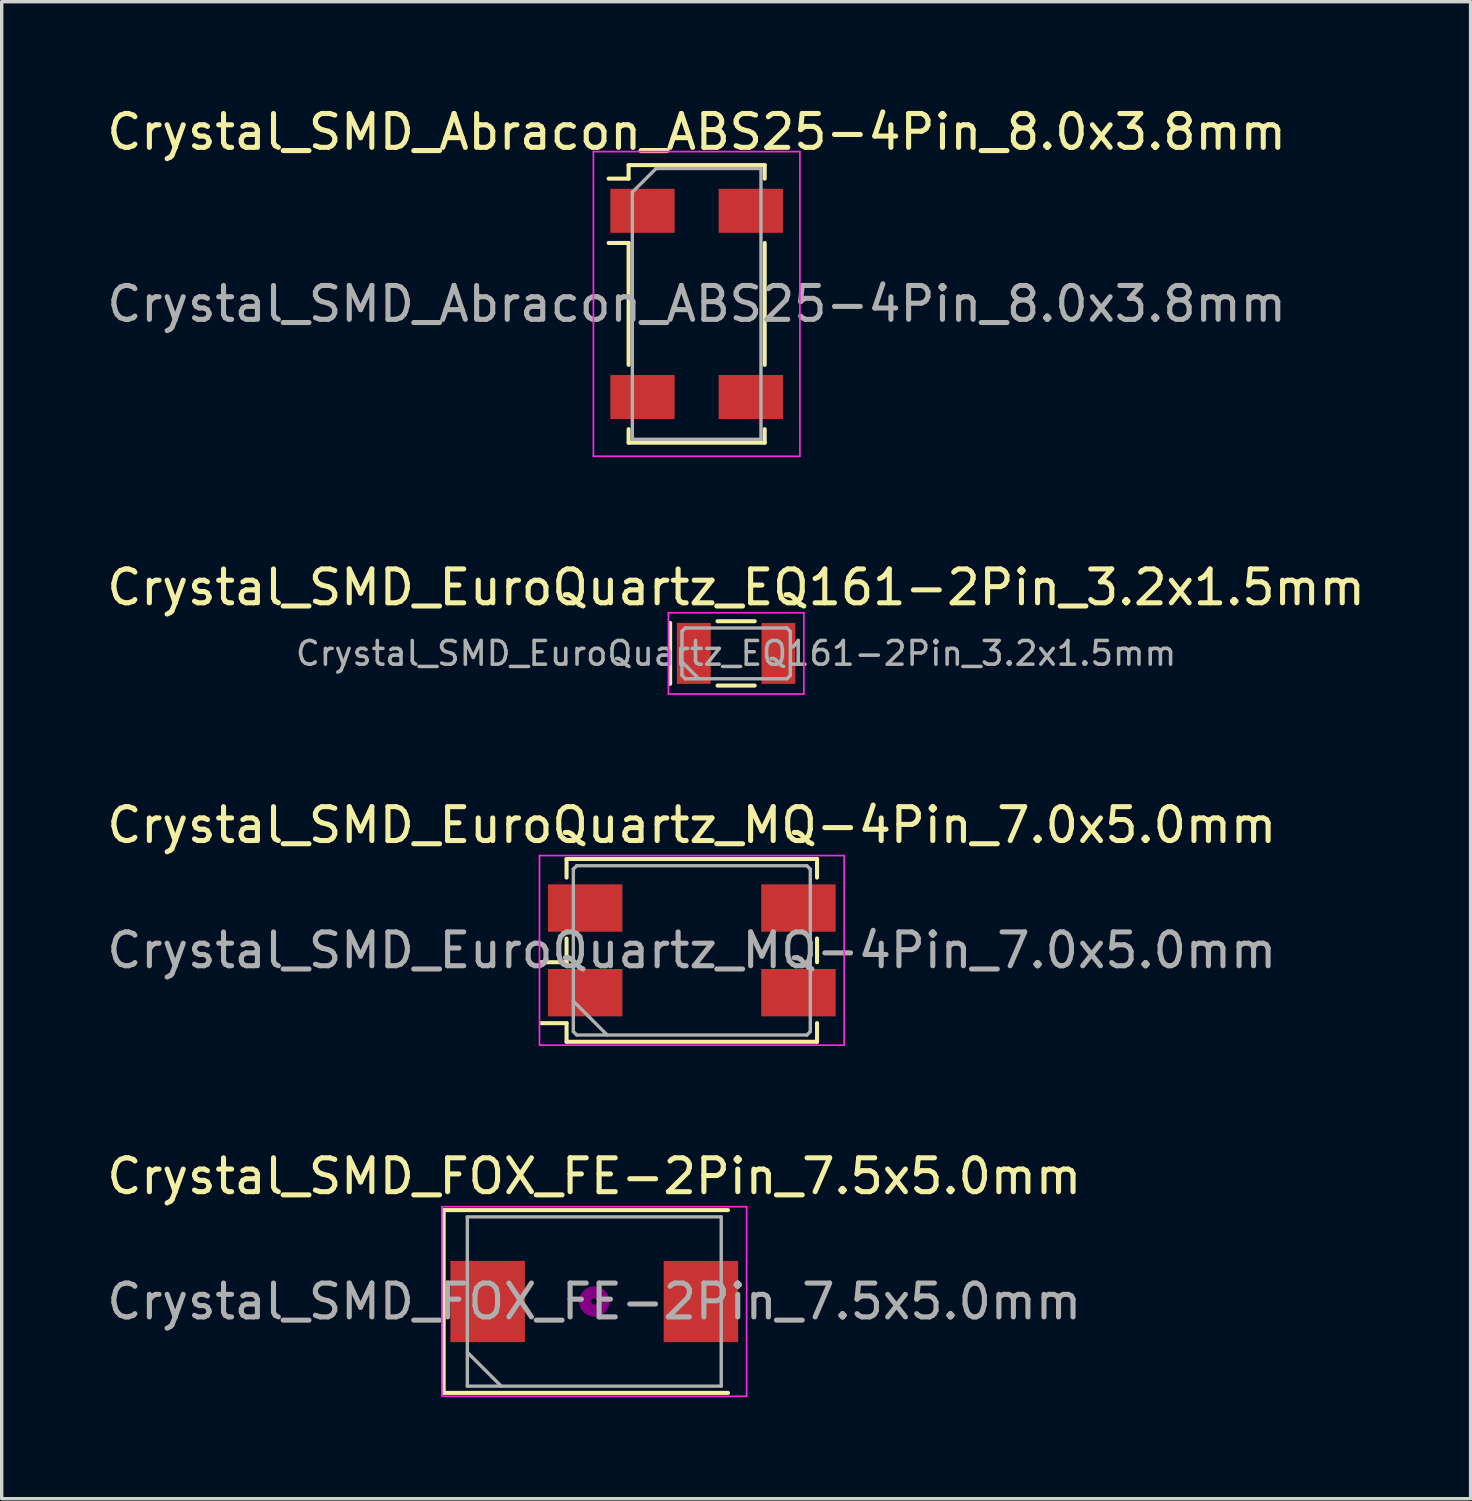
<source format=kicad_pcb>
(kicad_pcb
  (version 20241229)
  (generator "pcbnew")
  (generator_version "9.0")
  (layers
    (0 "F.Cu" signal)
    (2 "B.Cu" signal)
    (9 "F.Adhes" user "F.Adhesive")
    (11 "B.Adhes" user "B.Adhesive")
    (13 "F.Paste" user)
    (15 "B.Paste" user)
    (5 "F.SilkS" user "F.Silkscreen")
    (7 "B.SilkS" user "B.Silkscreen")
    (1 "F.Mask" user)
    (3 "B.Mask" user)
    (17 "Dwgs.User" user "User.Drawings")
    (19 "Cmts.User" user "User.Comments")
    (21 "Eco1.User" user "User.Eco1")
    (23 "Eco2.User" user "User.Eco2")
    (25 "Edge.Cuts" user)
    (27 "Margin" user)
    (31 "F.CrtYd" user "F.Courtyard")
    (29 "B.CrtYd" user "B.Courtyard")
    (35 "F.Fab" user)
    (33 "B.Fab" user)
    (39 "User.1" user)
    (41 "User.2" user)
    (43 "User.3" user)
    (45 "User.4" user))
  (footprint "Crystal_SMD_EuroQuartz_MQ-4Pin_7.0x5.0mm"
    (layer "F.Cu")
    (at 17.387 25.025)
    (property "Reference" "Crystal_SMD_EuroQuartz_MQ-4Pin_7.0x5.0mm" (at 0 -3.7 0) (layer "F.SilkS") (effects (font (size 1 1) (thickness 0.15))))
    (attr smd)
    (fp_line (start -4.45 0.35) (end -3.7 0.35) (stroke (width 0.12) (type solid)) (layer "F.SilkS"))
    (fp_line (start -4.45 2.15) (end -3.7 2.15) (stroke (width 0.12) (type solid)) (layer "F.SilkS"))
    (fp_line (start -3.7 -2.7) (end 3.7 -2.7) (stroke (width 0.12) (type solid)) (layer "F.SilkS"))
    (fp_line (start -3.7 -2.15) (end -3.7 -2.7) (stroke (width 0.12) (type solid)) (layer "F.SilkS"))
    (fp_line (start -3.7 0.35) (end -3.7 -0.35) (stroke (width 0.12) (type solid)) (layer "F.SilkS"))
    (fp_line (start -3.7 2.15) (end -3.7 2.7) (stroke (width 0.12) (type solid)) (layer "F.SilkS"))
    (fp_line (start -3.7 2.7) (end 3.7 2.7) (stroke (width 0.12) (type solid)) (layer "F.SilkS"))
    (fp_line (start 3.7 -2.7) (end 3.7 -2.15) (stroke (width 0.12) (type solid)) (layer "F.SilkS"))
    (fp_line (start 3.7 -0.35) (end 3.7 0.35) (stroke (width 0.12) (type solid)) (layer "F.SilkS"))
    (fp_line (start 3.7 2.7) (end 3.7 2.15) (stroke (width 0.12) (type solid)) (layer "F.SilkS"))
    (fp_line (start -4.5 -2.8) (end -4.5 2.8) (stroke (width 0.05) (type solid)) (layer "F.CrtYd"))
    (fp_line (start -4.5 2.8) (end 4.5 2.8) (stroke (width 0.05) (type solid)) (layer "F.CrtYd"))
    (fp_line (start 4.5 -2.8) (end -4.5 -2.8) (stroke (width 0.05) (type solid)) (layer "F.CrtYd"))
    (fp_line (start 4.5 2.8) (end 4.5 -2.8) (stroke (width 0.05) (type solid)) (layer "F.CrtYd"))
    (fp_line (start -3.5 -2.4) (end -3.4 -2.5) (stroke (width 0.1) (type solid)) (layer "F.Fab"))
    (fp_line (start -3.5 1.5) (end -2.5 2.5) (stroke (width 0.1) (type solid)) (layer "F.Fab"))
    (fp_line (start -3.5 2.4) (end -3.5 -2.4) (stroke (width 0.1) (type solid)) (layer "F.Fab"))
    (fp_line (start -3.4 -2.5) (end 3.4 -2.5) (stroke (width 0.1) (type solid)) (layer "F.Fab"))
    (fp_line (start -3.4 2.5) (end -3.5 2.4) (stroke (width 0.1) (type solid)) (layer "F.Fab"))
    (fp_line (start 3.4 -2.5) (end 3.5 -2.4) (stroke (width 0.1) (type solid)) (layer "F.Fab"))
    (fp_line (start 3.4 2.5) (end -3.4 2.5) (stroke (width 0.1) (type solid)) (layer "F.Fab"))
    (fp_line (start 3.5 -2.4) (end 3.5 2.4) (stroke (width 0.1) (type solid)) (layer "F.Fab"))
    (fp_line (start 3.5 2.4) (end 3.4 2.5) (stroke (width 0.1) (type solid)) (layer "F.Fab"))
    (fp_text user "${REFERENCE}" (at 0 0 0) (layer "F.Fab") (effects (font (size 1 1) (thickness 0.15))))
    (pad "1" smd rect (at -3.15 1.25) (size 2.2 1.4) (layers "F.Cu" "F.Mask" "F.Paste"))
    (pad "2" smd rect (at 3.15 1.25) (size 2.2 1.4) (layers "F.Cu" "F.Mask" "F.Paste"))
    (pad "3" smd rect (at 3.15 -1.25) (size 2.2 1.4) (layers "F.Cu" "F.Mask" "F.Paste"))
    (pad "4" smd rect (at -3.15 -1.25) (size 2.2 1.4) (layers "F.Cu" "F.Mask" "F.Paste")))
  (footprint "Crystal_SMD_EuroQuartz_EQ161-2Pin_3.2x1.5mm"
    (layer "F.Cu")
    (at 18.696 16.252)
    (property "Reference" "Crystal_SMD_EuroQuartz_EQ161-2Pin_3.2x1.5mm" (at 0 -1.95 0) (layer "F.SilkS") (effects (font (size 1 1) (thickness 0.15))))
    (attr smd)
    (fp_line (start -1.95 -0.9) (end -1.95 0.9) (stroke (width 0.12) (type solid)) (layer "F.SilkS"))
    (fp_line (start -0.55 -0.95) (end 0.55 -0.95) (stroke (width 0.12) (type solid)) (layer "F.SilkS"))
    (fp_line (start -0.55 0.95) (end 0.55 0.95) (stroke (width 0.12) (type solid)) (layer "F.SilkS"))
    (fp_line (start -2 -1.2) (end -2 1.2) (stroke (width 0.05) (type solid)) (layer "F.CrtYd"))
    (fp_line (start -2 1.2) (end 2 1.2) (stroke (width 0.05) (type solid)) (layer "F.CrtYd"))
    (fp_line (start 2 -1.2) (end -2 -1.2) (stroke (width 0.05) (type solid)) (layer "F.CrtYd"))
    (fp_line (start 2 1.2) (end 2 -1.2) (stroke (width 0.05) (type solid)) (layer "F.CrtYd"))
    (fp_line (start -1.6 -0.65) (end -1.5 -0.75) (stroke (width 0.1) (type solid)) (layer "F.Fab"))
    (fp_line (start -1.6 0.25) (end -1.1 0.75) (stroke (width 0.1) (type solid)) (layer "F.Fab"))
    (fp_line (start -1.6 0.65) (end -1.6 -0.65) (stroke (width 0.1) (type solid)) (layer "F.Fab"))
    (fp_line (start -1.5 -0.75) (end 1.5 -0.75) (stroke (width 0.1) (type solid)) (layer "F.Fab"))
    (fp_line (start -1.5 0.75) (end -1.6 0.65) (stroke (width 0.1) (type solid)) (layer "F.Fab"))
    (fp_line (start 1.5 -0.75) (end 1.6 -0.65) (stroke (width 0.1) (type solid)) (layer "F.Fab"))
    (fp_line (start 1.5 0.75) (end -1.5 0.75) (stroke (width 0.1) (type solid)) (layer "F.Fab"))
    (fp_line (start 1.6 -0.65) (end 1.6 0.65) (stroke (width 0.1) (type solid)) (layer "F.Fab"))
    (fp_line (start 1.6 0.65) (end 1.5 0.75) (stroke (width 0.1) (type solid)) (layer "F.Fab"))
    (fp_text user "${REFERENCE}" (at 0 0 0) (layer "F.Fab") (effects (font (size 0.7 0.7) (thickness 0.105))))
    (pad "1" smd rect (at -1.25 0) (size 1 1.8) (layers "F.Cu" "F.Mask" "F.Paste"))
    (pad "2" smd rect (at 1.25 0) (size 1 1.8) (layers "F.Cu" "F.Mask" "F.Paste")))
  (footprint "Crystal_SMD_FOX_FE-2Pin_7.5x5.0mm"
    (layer "F.Cu")
    (at 14.506 35.398)
    (property "Reference" "Crystal_SMD_FOX_FE-2Pin_7.5x5.0mm" (at 0 -3.7 0) (layer "F.SilkS") (effects (font (size 1 1) (thickness 0.15))))
    (attr smd)
    (fp_line (start -4.45 -2.7) (end -4.45 2.7) (stroke (width 0.12) (type solid)) (layer "F.SilkS"))
    (fp_line (start -4.45 2.7) (end 3.95 2.7) (stroke (width 0.12) (type solid)) (layer "F.SilkS"))
    (fp_line (start 3.95 -2.7) (end -4.45 -2.7) (stroke (width 0.12) (type solid)) (layer "F.SilkS"))
    (fp_circle (center 0 0) (end 0.093 0) (stroke (width 0.187) (type solid)) (fill no) (layer "F.Adhes"))
    (fp_circle (center 0 0) (end 0.213 0) (stroke (width 0.133) (type solid)) (fill no) (layer "F.Adhes"))
    (fp_circle (center 0 0) (end 0.333 0) (stroke (width 0.133) (type solid)) (fill no) (layer "F.Adhes"))
    (fp_circle (center 0 0) (end 0.4 0) (stroke (width 0.1) (type solid)) (fill no) (layer "F.Adhes"))
    (fp_line (start -4.5 -2.8) (end -4.5 2.8) (stroke (width 0.05) (type solid)) (layer "F.CrtYd"))
    (fp_line (start -4.5 2.8) (end 4.5 2.8) (stroke (width 0.05) (type solid)) (layer "F.CrtYd"))
    (fp_line (start 4.5 -2.8) (end -4.5 -2.8) (stroke (width 0.05) (type solid)) (layer "F.CrtYd"))
    (fp_line (start 4.5 2.8) (end 4.5 -2.8) (stroke (width 0.05) (type solid)) (layer "F.CrtYd"))
    (fp_line (start -3.75 -2.5) (end -3.75 2.5) (stroke (width 0.1) (type solid)) (layer "F.Fab"))
    (fp_line (start -3.75 1.5) (end -2.75 2.5) (stroke (width 0.1) (type solid)) (layer "F.Fab"))
    (fp_line (start -3.75 2.5) (end 3.75 2.5) (stroke (width 0.1) (type solid)) (layer "F.Fab"))
    (fp_line (start 3.75 -2.5) (end -3.75 -2.5) (stroke (width 0.1) (type solid)) (layer "F.Fab"))
    (fp_line (start 3.75 2.5) (end 3.75 -2.5) (stroke (width 0.1) (type solid)) (layer "F.Fab"))
    (fp_text user "${REFERENCE}" (at 0 0 0) (layer "F.Fab") (effects (font (size 1 1) (thickness 0.15))))
    (pad "1" smd rect (at -3.15 0) (size 2.2 2.4) (layers "F.Cu" "F.Mask" "F.Paste"))
    (pad "2" smd rect (at 3.15 0) (size 2.2 2.4) (layers "F.Cu" "F.Mask" "F.Paste")))
  (footprint "Crystal_SMD_Abracon_ABS25-4Pin_8.0x3.8mm"
    (layer "F.Cu")
    (at 17.53 5.928)
    (property "Reference" "Crystal_SMD_Abracon_ABS25-4Pin_8.0x3.8mm" (at 0 -5.08 0) (layer "F.SilkS") (effects (font (size 1 1) (thickness 0.15))))
    (attr smd)
    (fp_line (start -2.6 -3.7) (end -2.01 -3.7) (stroke (width 0.12) (type solid)) (layer "F.SilkS"))
    (fp_line (start -2.01 -4.1) (end -2.01 -3.7) (stroke (width 0.12) (type solid)) (layer "F.SilkS"))
    (fp_line (start -2.01 -1.8) (end -2.6 -1.8) (stroke (width 0.12) (type solid)) (layer "F.SilkS"))
    (fp_line (start -2.01 -1.8) (end -2.01 1.8) (stroke (width 0.12) (type solid)) (layer "F.SilkS"))
    (fp_line (start -2.01 4.1) (end -2.01 3.7) (stroke (width 0.12) (type solid)) (layer "F.SilkS"))
    (fp_line (start 2.01 -4.1) (end -2.01 -4.1) (stroke (width 0.12) (type solid)) (layer "F.SilkS"))
    (fp_line (start 2.01 -4.1) (end 2.01 -3.7) (stroke (width 0.12) (type solid)) (layer "F.SilkS"))
    (fp_line (start 2.01 -1.8) (end 2.01 1.8) (stroke (width 0.12) (type solid)) (layer "F.SilkS"))
    (fp_line (start 2.01 4.1) (end -2.01 4.1) (stroke (width 0.12) (type solid)) (layer "F.SilkS"))
    (fp_line (start 2.01 4.1) (end 2.01 3.7) (stroke (width 0.12) (type solid)) (layer "F.SilkS"))
    (fp_line (start -3.05 -4.5) (end -3.05 4.5) (stroke (width 0.05) (type solid)) (layer "F.CrtYd"))
    (fp_line (start -3.05 4.5) (end 3.05 4.5) (stroke (width 0.05) (type solid)) (layer "F.CrtYd"))
    (fp_line (start 3.05 -4.5) (end -3.05 -4.5) (stroke (width 0.05) (type solid)) (layer "F.CrtYd"))
    (fp_line (start 3.05 4.5) (end 3.05 -4.5) (stroke (width 0.05) (type solid)) (layer "F.CrtYd"))
    (fp_line (start -1.9 -3.3) (end -1.2 -4) (stroke (width 0.1) (type solid)) (layer "F.Fab"))
    (fp_line (start -1.9 4) (end -1.9 -3.3) (stroke (width 0.1) (type solid)) (layer "F.Fab"))
    (fp_line (start -1.2 -4) (end 1.9 -4) (stroke (width 0.1) (type solid)) (layer "F.Fab"))
    (fp_line (start 1.9 -4) (end 1.9 4) (stroke (width 0.1) (type solid)) (layer "F.Fab"))
    (fp_line (start 1.9 4) (end -1.9 4) (stroke (width 0.1) (type solid)) (layer "F.Fab"))
    (fp_text user "${REFERENCE}" (at 0 0 0) (layer "F.Fab") (effects (font (size 1 1) (thickness 0.15))))
    (pad "1" smd rect (at -1.6 -2.75 270) (size 1.3 1.9) (layers "F.Cu" "F.Mask" "F.Paste"))
    (pad "2" smd rect (at -1.6 2.75 270) (size 1.3 1.9) (layers "F.Cu" "F.Mask" "F.Paste"))
    (pad "3" smd rect (at 1.6 2.75 270) (size 1.3 1.9) (layers "F.Cu" "F.Mask" "F.Paste"))
    (pad "4" smd rect (at 1.6 -2.75 270) (size 1.3 1.9) (layers "F.Cu" "F.Mask" "F.Paste")))
  (gr_rect
    (start -3 -3)
    (end 40.393 41.223)
    (stroke (width 0.1) (type default))
    (fill no)
    (layer "Edge.Cuts")))
</source>
